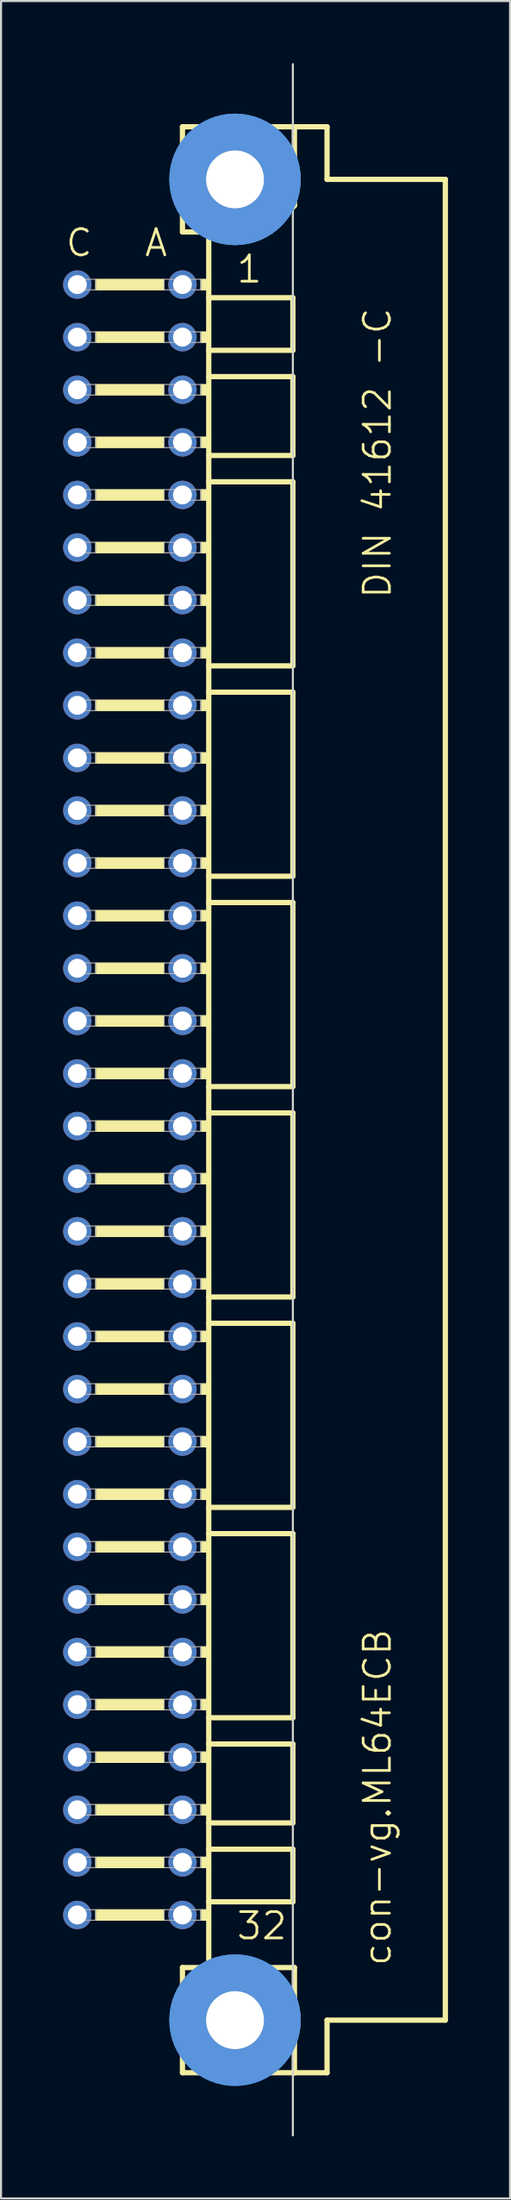
<source format=kicad_pcb>
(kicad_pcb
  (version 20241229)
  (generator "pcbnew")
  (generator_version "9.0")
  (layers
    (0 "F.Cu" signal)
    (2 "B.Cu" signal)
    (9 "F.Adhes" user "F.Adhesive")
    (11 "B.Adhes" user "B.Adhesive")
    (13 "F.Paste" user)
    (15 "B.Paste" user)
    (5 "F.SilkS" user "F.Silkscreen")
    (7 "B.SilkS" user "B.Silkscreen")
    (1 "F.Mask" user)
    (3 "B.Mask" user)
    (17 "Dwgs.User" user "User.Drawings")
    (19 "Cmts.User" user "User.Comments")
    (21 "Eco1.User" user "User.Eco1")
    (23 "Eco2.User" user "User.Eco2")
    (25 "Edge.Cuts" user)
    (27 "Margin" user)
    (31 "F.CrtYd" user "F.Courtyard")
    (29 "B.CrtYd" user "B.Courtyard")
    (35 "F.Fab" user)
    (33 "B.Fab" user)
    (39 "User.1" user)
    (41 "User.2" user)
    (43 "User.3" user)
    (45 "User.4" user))
  (footprint "con-vg.ML64ECB"
    (layer "F.Cu")
    (at 8.306 50.063)
    (property "Reference" "con-vg.ML64ECB" (at 7.62 41.91 90) (layer "F.SilkS") (effects (font (size 1.27 1.27) (thickness 0.13)) (justify left bottom)))
    (attr through_hole)
    (fp_line (start -2.54 -46.99) (end -2.54 -41.91) (stroke (width 0.254) (type default)) (layer "F.SilkS"))
    (fp_line (start -2.54 -41.91) (end -1.27 -41.91) (stroke (width 0.254) (type default)) (layer "F.SilkS"))
    (fp_line (start -2.54 41.91) (end -2.54 46.99) (stroke (width 0.254) (type default)) (layer "F.SilkS"))
    (fp_line (start -2.54 41.91) (end -1.27 41.91) (stroke (width 0.254) (type default)) (layer "F.SilkS"))
    (fp_line (start -2.54 46.99) (end 2.87 46.99) (stroke (width 0.254) (type default)) (layer "F.SilkS"))
    (fp_line (start -1.27 -41.91) (end -1.27 -38.735) (stroke (width 0.254) (type default)) (layer "F.SilkS"))
    (fp_line (start -1.27 -41.91) (end 1.6 -41.91) (stroke (width 0.254) (type default)) (layer "F.SilkS"))
    (fp_line (start -1.27 -38.735) (end -1.27 -36.195) (stroke (width 0.254) (type default)) (layer "F.SilkS"))
    (fp_line (start -1.27 -36.195) (end -1.27 -34.925) (stroke (width 0.254) (type default)) (layer "F.SilkS"))
    (fp_line (start -1.27 -34.925) (end -1.27 -31.115) (stroke (width 0.254) (type default)) (layer "F.SilkS"))
    (fp_line (start -1.27 -31.115) (end -1.27 -29.845) (stroke (width 0.254) (type default)) (layer "F.SilkS"))
    (fp_line (start -1.27 -29.845) (end -1.27 -20.955) (stroke (width 0.254) (type default)) (layer "F.SilkS"))
    (fp_line (start -1.27 -20.955) (end -1.27 -19.685) (stroke (width 0.254) (type default)) (layer "F.SilkS"))
    (fp_line (start -1.27 -19.685) (end -1.27 -10.795) (stroke (width 0.254) (type default)) (layer "F.SilkS"))
    (fp_line (start -1.27 -10.795) (end -1.27 -9.525) (stroke (width 0.254) (type default)) (layer "F.SilkS"))
    (fp_line (start -1.27 -9.525) (end -1.27 -0.635) (stroke (width 0.254) (type default)) (layer "F.SilkS"))
    (fp_line (start -1.27 -0.635) (end -1.27 0.635) (stroke (width 0.254) (type default)) (layer "F.SilkS"))
    (fp_line (start -1.27 0.635) (end -1.27 9.525) (stroke (width 0.254) (type default)) (layer "F.SilkS"))
    (fp_line (start -1.27 9.525) (end -1.27 10.795) (stroke (width 0.254) (type default)) (layer "F.SilkS"))
    (fp_line (start -1.27 10.795) (end -1.27 19.685) (stroke (width 0.254) (type default)) (layer "F.SilkS"))
    (fp_line (start -1.27 19.685) (end -1.27 20.955) (stroke (width 0.254) (type default)) (layer "F.SilkS"))
    (fp_line (start -1.27 20.955) (end -1.27 29.845) (stroke (width 0.254) (type default)) (layer "F.SilkS"))
    (fp_line (start -1.27 29.845) (end -1.27 31.115) (stroke (width 0.254) (type default)) (layer "F.SilkS"))
    (fp_line (start -1.27 31.115) (end -1.27 34.925) (stroke (width 0.254) (type default)) (layer "F.SilkS"))
    (fp_line (start -1.27 34.925) (end -1.27 36.195) (stroke (width 0.254) (type default)) (layer "F.SilkS"))
    (fp_line (start -1.27 36.195) (end -1.27 38.735) (stroke (width 0.254) (type default)) (layer "F.SilkS"))
    (fp_line (start -1.27 38.735) (end -1.27 41.91) (stroke (width 0.254) (type default)) (layer "F.SilkS"))
    (fp_line (start -1.27 41.91) (end 1.27 41.91) (stroke (width 0.254) (type default)) (layer "F.SilkS"))
    (fp_line (start 1.27 41.91) (end 2.87 41.91) (stroke (width 0.254) (type default)) (layer "F.SilkS"))
    (fp_line (start 1.6 -41.91) (end 2.87 -43.18) (stroke (width 0.254) (type default)) (layer "F.SilkS"))
    (fp_line (start 2.794 -38.735) (end -1.27 -38.735) (stroke (width 0.254) (type default)) (layer "F.SilkS"))
    (fp_line (start 2.794 -38.735) (end 2.794 -36.195) (stroke (width 0.254) (type default)) (layer "F.SilkS"))
    (fp_line (start 2.794 -36.195) (end -1.27 -36.195) (stroke (width 0.254) (type default)) (layer "F.SilkS"))
    (fp_line (start 2.794 -34.925) (end -1.27 -34.925) (stroke (width 0.254) (type default)) (layer "F.SilkS"))
    (fp_line (start 2.794 -34.925) (end 2.794 -31.115) (stroke (width 0.254) (type default)) (layer "F.SilkS"))
    (fp_line (start 2.794 -31.115) (end -1.27 -31.115) (stroke (width 0.254) (type default)) (layer "F.SilkS"))
    (fp_line (start 2.794 -29.845) (end -1.27 -29.845) (stroke (width 0.254) (type default)) (layer "F.SilkS"))
    (fp_line (start 2.794 -29.845) (end 2.794 -20.955) (stroke (width 0.254) (type default)) (layer "F.SilkS"))
    (fp_line (start 2.794 -20.955) (end -1.27 -20.955) (stroke (width 0.254) (type default)) (layer "F.SilkS"))
    (fp_line (start 2.794 -19.685) (end -1.27 -19.685) (stroke (width 0.254) (type default)) (layer "F.SilkS"))
    (fp_line (start 2.794 -19.685) (end 2.794 -10.795) (stroke (width 0.254) (type default)) (layer "F.SilkS"))
    (fp_line (start 2.794 -10.795) (end -1.27 -10.795) (stroke (width 0.254) (type default)) (layer "F.SilkS"))
    (fp_line (start 2.794 -9.525) (end -1.27 -9.525) (stroke (width 0.254) (type default)) (layer "F.SilkS"))
    (fp_line (start 2.794 -9.525) (end 2.794 -0.635) (stroke (width 0.254) (type default)) (layer "F.SilkS"))
    (fp_line (start 2.794 -0.635) (end -1.27 -0.635) (stroke (width 0.254) (type default)) (layer "F.SilkS"))
    (fp_line (start 2.794 0.635) (end -1.27 0.635) (stroke (width 0.254) (type default)) (layer "F.SilkS"))
    (fp_line (start 2.794 0.635) (end 2.794 9.525) (stroke (width 0.254) (type default)) (layer "F.SilkS"))
    (fp_line (start 2.794 9.525) (end -1.27 9.525) (stroke (width 0.254) (type default)) (layer "F.SilkS"))
    (fp_line (start 2.794 10.795) (end -1.27 10.795) (stroke (width 0.254) (type default)) (layer "F.SilkS"))
    (fp_line (start 2.794 10.795) (end 2.794 19.685) (stroke (width 0.254) (type default)) (layer "F.SilkS"))
    (fp_line (start 2.794 19.685) (end -1.27 19.685) (stroke (width 0.254) (type default)) (layer "F.SilkS"))
    (fp_line (start 2.794 20.955) (end -1.27 20.955) (stroke (width 0.254) (type default)) (layer "F.SilkS"))
    (fp_line (start 2.794 20.955) (end 2.794 29.845) (stroke (width 0.254) (type default)) (layer "F.SilkS"))
    (fp_line (start 2.794 29.845) (end -1.27 29.845) (stroke (width 0.254) (type default)) (layer "F.SilkS"))
    (fp_line (start 2.794 31.115) (end -1.27 31.115) (stroke (width 0.254) (type default)) (layer "F.SilkS"))
    (fp_line (start 2.794 31.115) (end 2.794 34.925) (stroke (width 0.254) (type default)) (layer "F.SilkS"))
    (fp_line (start 2.794 34.925) (end -1.27 34.925) (stroke (width 0.254) (type default)) (layer "F.SilkS"))
    (fp_line (start 2.794 36.195) (end -1.27 36.195) (stroke (width 0.254) (type default)) (layer "F.SilkS"))
    (fp_line (start 2.794 36.195) (end 2.794 38.735) (stroke (width 0.254) (type default)) (layer "F.SilkS"))
    (fp_line (start 2.794 38.735) (end -1.27 38.735) (stroke (width 0.254) (type default)) (layer "F.SilkS"))
    (fp_line (start 2.87 -46.99) (end -2.54 -46.99) (stroke (width 0.254) (type default)) (layer "F.SilkS"))
    (fp_line (start 2.87 -43.18) (end 2.87 -46.99) (stroke (width 0.254) (type default)) (layer "F.SilkS"))
    (fp_line (start 2.87 41.91) (end 2.87 43.51) (stroke (width 0.254) (type default)) (layer "F.SilkS"))
    (fp_line (start 2.87 43.51) (end 1.27 41.91) (stroke (width 0.254) (type default)) (layer "F.SilkS"))
    (fp_line (start 2.87 43.51) (end 2.87 46.99) (stroke (width 0.254) (type default)) (layer "F.SilkS"))
    (fp_line (start 2.87 46.99) (end 4.445 46.99) (stroke (width 0.254) (type default)) (layer "F.SilkS"))
    (fp_line (start 4.445 -46.99) (end 2.87 -46.99) (stroke (width 0.254) (type default)) (layer "F.SilkS"))
    (fp_line (start 4.445 -44.45) (end 4.445 -46.99) (stroke (width 0.254) (type default)) (layer "F.SilkS"))
    (fp_line (start 4.445 44.45) (end 10.16 44.45) (stroke (width 0.254) (type default)) (layer "F.SilkS"))
    (fp_line (start 4.445 46.99) (end 4.445 44.45) (stroke (width 0.254) (type default)) (layer "F.SilkS"))
    (fp_line (start 10.16 -44.45) (end 4.445 -44.45) (stroke (width 0.254) (type default)) (layer "F.SilkS"))
    (fp_line (start 10.16 44.45) (end 10.16 -44.45) (stroke (width 0.254) (type default)) (layer "F.SilkS"))
    (fp_rect (start -6.731 -39.116) (end -3.429 -39.624) (stroke (width 0.05) (type default)) (fill yes) (layer "F.SilkS"))
    (fp_rect (start -6.731 -36.576) (end -3.429 -37.084) (stroke (width 0.05) (type default)) (fill yes) (layer "F.SilkS"))
    (fp_rect (start -6.731 -34.036) (end -3.429 -34.544) (stroke (width 0.05) (type default)) (fill yes) (layer "F.SilkS"))
    (fp_rect (start -6.731 -31.496) (end -3.429 -32.004) (stroke (width 0.05) (type default)) (fill yes) (layer "F.SilkS"))
    (fp_rect (start -6.731 -28.956) (end -3.429 -29.464) (stroke (width 0.05) (type default)) (fill yes) (layer "F.SilkS"))
    (fp_rect (start -6.731 -26.416) (end -3.429 -26.924) (stroke (width 0.05) (type default)) (fill yes) (layer "F.SilkS"))
    (fp_rect (start -6.731 -23.876) (end -3.429 -24.384) (stroke (width 0.05) (type default)) (fill yes) (layer "F.SilkS"))
    (fp_rect (start -6.731 -21.336) (end -3.429 -21.844) (stroke (width 0.05) (type default)) (fill yes) (layer "F.SilkS"))
    (fp_rect (start -6.731 -18.796) (end -3.429 -19.304) (stroke (width 0.05) (type default)) (fill yes) (layer "F.SilkS"))
    (fp_rect (start -6.731 -16.256) (end -3.429 -16.764) (stroke (width 0.05) (type default)) (fill yes) (layer "F.SilkS"))
    (fp_rect (start -6.731 -13.716) (end -3.429 -14.224) (stroke (width 0.05) (type default)) (fill yes) (layer "F.SilkS"))
    (fp_rect (start -6.731 -11.176) (end -3.429 -11.684) (stroke (width 0.05) (type default)) (fill yes) (layer "F.SilkS"))
    (fp_rect (start -6.731 -8.636) (end -3.429 -9.144) (stroke (width 0.05) (type default)) (fill yes) (layer "F.SilkS"))
    (fp_rect (start -6.731 -6.096) (end -3.429 -6.604) (stroke (width 0.05) (type default)) (fill yes) (layer "F.SilkS"))
    (fp_rect (start -6.731 -3.556) (end -3.429 -4.064) (stroke (width 0.05) (type default)) (fill yes) (layer "F.SilkS"))
    (fp_rect (start -6.731 -1.016) (end -3.429 -1.524) (stroke (width 0.05) (type default)) (fill yes) (layer "F.SilkS"))
    (fp_rect (start -6.731 1.524) (end -3.429 1.016) (stroke (width 0.05) (type default)) (fill yes) (layer "F.SilkS"))
    (fp_rect (start -6.731 4.064) (end -3.429 3.556) (stroke (width 0.05) (type default)) (fill yes) (layer "F.SilkS"))
    (fp_rect (start -6.731 6.604) (end -3.429 6.096) (stroke (width 0.05) (type default)) (fill yes) (layer "F.SilkS"))
    (fp_rect (start -6.731 9.144) (end -3.429 8.636) (stroke (width 0.05) (type default)) (fill yes) (layer "F.SilkS"))
    (fp_rect (start -6.731 11.684) (end -3.429 11.176) (stroke (width 0.05) (type default)) (fill yes) (layer "F.SilkS"))
    (fp_rect (start -6.731 14.224) (end -3.429 13.716) (stroke (width 0.05) (type default)) (fill yes) (layer "F.SilkS"))
    (fp_rect (start -6.731 16.764) (end -3.429 16.256) (stroke (width 0.05) (type default)) (fill yes) (layer "F.SilkS"))
    (fp_rect (start -6.731 19.304) (end -3.429 18.796) (stroke (width 0.05) (type default)) (fill yes) (layer "F.SilkS"))
    (fp_rect (start -6.731 21.844) (end -3.429 21.336) (stroke (width 0.05) (type default)) (fill yes) (layer "F.SilkS"))
    (fp_rect (start -6.731 24.384) (end -3.429 23.876) (stroke (width 0.05) (type default)) (fill yes) (layer "F.SilkS"))
    (fp_rect (start -6.731 26.924) (end -3.429 26.416) (stroke (width 0.05) (type default)) (fill yes) (layer "F.SilkS"))
    (fp_rect (start -6.731 29.464) (end -3.429 28.956) (stroke (width 0.05) (type default)) (fill yes) (layer "F.SilkS"))
    (fp_rect (start -6.731 32.004) (end -3.429 31.496) (stroke (width 0.05) (type default)) (fill yes) (layer "F.SilkS"))
    (fp_rect (start -6.731 34.544) (end -3.429 34.036) (stroke (width 0.05) (type default)) (fill yes) (layer "F.SilkS"))
    (fp_rect (start -6.731 37.084) (end -3.429 36.576) (stroke (width 0.05) (type default)) (fill yes) (layer "F.SilkS"))
    (fp_rect (start -6.731 39.624) (end -3.429 39.116) (stroke (width 0.05) (type default)) (fill yes) (layer "F.SilkS"))
    (fp_rect (start -1.651 -39.116) (end -1.27 -39.624) (stroke (width 0.05) (type default)) (fill yes) (layer "F.SilkS"))
    (fp_rect (start -1.651 -36.576) (end -1.27 -37.084) (stroke (width 0.05) (type default)) (fill yes) (layer "F.SilkS"))
    (fp_rect (start -1.651 -34.036) (end -1.27 -34.544) (stroke (width 0.05) (type default)) (fill yes) (layer "F.SilkS"))
    (fp_rect (start -1.651 -31.496) (end -1.27 -32.004) (stroke (width 0.05) (type default)) (fill yes) (layer "F.SilkS"))
    (fp_rect (start -1.651 -28.956) (end -1.27 -29.464) (stroke (width 0.05) (type default)) (fill yes) (layer "F.SilkS"))
    (fp_rect (start -1.651 -26.416) (end -1.27 -26.924) (stroke (width 0.05) (type default)) (fill yes) (layer "F.SilkS"))
    (fp_rect (start -1.651 -23.876) (end -1.27 -24.384) (stroke (width 0.05) (type default)) (fill yes) (layer "F.SilkS"))
    (fp_rect (start -1.651 -21.336) (end -1.27 -21.844) (stroke (width 0.05) (type default)) (fill yes) (layer "F.SilkS"))
    (fp_rect (start -1.651 -18.796) (end -1.27 -19.304) (stroke (width 0.05) (type default)) (fill yes) (layer "F.SilkS"))
    (fp_rect (start -1.651 -16.256) (end -1.27 -16.764) (stroke (width 0.05) (type default)) (fill yes) (layer "F.SilkS"))
    (fp_rect (start -1.651 -13.716) (end -1.27 -14.224) (stroke (width 0.05) (type default)) (fill yes) (layer "F.SilkS"))
    (fp_rect (start -1.651 -11.176) (end -1.27 -11.684) (stroke (width 0.05) (type default)) (fill yes) (layer "F.SilkS"))
    (fp_rect (start -1.651 -8.636) (end -1.27 -9.144) (stroke (width 0.05) (type default)) (fill yes) (layer "F.SilkS"))
    (fp_rect (start -1.651 -6.096) (end -1.27 -6.604) (stroke (width 0.05) (type default)) (fill yes) (layer "F.SilkS"))
    (fp_rect (start -1.651 -3.556) (end -1.27 -4.064) (stroke (width 0.05) (type default)) (fill yes) (layer "F.SilkS"))
    (fp_rect (start -1.651 -1.016) (end -1.27 -1.524) (stroke (width 0.05) (type default)) (fill yes) (layer "F.SilkS"))
    (fp_rect (start -1.651 1.524) (end -1.27 1.016) (stroke (width 0.05) (type default)) (fill yes) (layer "F.SilkS"))
    (fp_rect (start -1.651 4.064) (end -1.27 3.556) (stroke (width 0.05) (type default)) (fill yes) (layer "F.SilkS"))
    (fp_rect (start -1.651 6.604) (end -1.27 6.096) (stroke (width 0.05) (type default)) (fill yes) (layer "F.SilkS"))
    (fp_rect (start -1.651 9.144) (end -1.27 8.636) (stroke (width 0.05) (type default)) (fill yes) (layer "F.SilkS"))
    (fp_rect (start -1.651 11.684) (end -1.27 11.176) (stroke (width 0.05) (type default)) (fill yes) (layer "F.SilkS"))
    (fp_rect (start -1.651 14.224) (end -1.27 13.716) (stroke (width 0.05) (type default)) (fill yes) (layer "F.SilkS"))
    (fp_rect (start -1.651 16.764) (end -1.27 16.256) (stroke (width 0.05) (type default)) (fill yes) (layer "F.SilkS"))
    (fp_rect (start -1.651 19.304) (end -1.27 18.796) (stroke (width 0.05) (type default)) (fill yes) (layer "F.SilkS"))
    (fp_rect (start -1.651 21.844) (end -1.27 21.336) (stroke (width 0.05) (type default)) (fill yes) (layer "F.SilkS"))
    (fp_rect (start -1.651 24.384) (end -1.27 23.876) (stroke (width 0.05) (type default)) (fill yes) (layer "F.SilkS"))
    (fp_rect (start -1.651 26.924) (end -1.27 26.416) (stroke (width 0.05) (type default)) (fill yes) (layer "F.SilkS"))
    (fp_rect (start -1.651 29.464) (end -1.27 28.956) (stroke (width 0.05) (type default)) (fill yes) (layer "F.SilkS"))
    (fp_rect (start -1.651 32.004) (end -1.27 31.496) (stroke (width 0.05) (type default)) (fill yes) (layer "F.SilkS"))
    (fp_rect (start -1.651 34.544) (end -1.27 34.036) (stroke (width 0.05) (type default)) (fill yes) (layer "F.SilkS"))
    (fp_rect (start -1.651 37.084) (end -1.27 36.576) (stroke (width 0.05) (type default)) (fill yes) (layer "F.SilkS"))
    (fp_rect (start -1.651 39.624) (end -1.27 39.116) (stroke (width 0.05) (type default)) (fill yes) (layer "F.SilkS"))
    (fp_circle (center 0 -44.45) (end 1.27 -44.45) (stroke (width 0.254) (type default)) (fill no) (layer "F.SilkS"))
    (fp_circle (center 0 44.45) (end 1.27 44.45) (stroke (width 0.254) (type default)) (fill no) (layer "F.SilkS"))
    (fp_circle (center 0 -44.45) (end 2.286 -44.45) (stroke (width 1.778) (type default)) (fill no) (layer "Cmts.User"))
    (fp_circle (center 0 -44.45) (end 2.286 -44.45) (stroke (width 1.778) (type default)) (fill no) (layer "Cmts.User"))
    (fp_circle (center 0 44.45) (end 2.286 44.45) (stroke (width 1.778) (type default)) (fill no) (layer "Cmts.User"))
    (fp_circle (center 0 44.45) (end 2.286 44.45) (stroke (width 1.778) (type default)) (fill no) (layer "Cmts.User"))
    (fp_line (start 2.794 50.013) (end 2.794 -50.013) (stroke (width 0.1) (type default)) (layer "Edge.Cuts"))
    (fp_rect (start -7.874 -39.116) (end -6.731 -39.624) (stroke (width 0.05) (type default)) (fill no) (layer "F.Fab"))
    (fp_rect (start -7.874 -36.576) (end -6.731 -37.084) (stroke (width 0.05) (type default)) (fill no) (layer "F.Fab"))
    (fp_rect (start -7.874 -34.036) (end -6.731 -34.544) (stroke (width 0.05) (type default)) (fill no) (layer "F.Fab"))
    (fp_rect (start -7.874 -31.496) (end -6.731 -32.004) (stroke (width 0.05) (type default)) (fill no) (layer "F.Fab"))
    (fp_rect (start -7.874 -28.956) (end -6.731 -29.464) (stroke (width 0.05) (type default)) (fill no) (layer "F.Fab"))
    (fp_rect (start -7.874 -26.416) (end -6.731 -26.924) (stroke (width 0.05) (type default)) (fill no) (layer "F.Fab"))
    (fp_rect (start -7.874 -23.876) (end -6.731 -24.384) (stroke (width 0.05) (type default)) (fill no) (layer "F.Fab"))
    (fp_rect (start -7.874 -21.336) (end -6.731 -21.844) (stroke (width 0.05) (type default)) (fill no) (layer "F.Fab"))
    (fp_rect (start -7.874 -18.796) (end -6.731 -19.304) (stroke (width 0.05) (type default)) (fill no) (layer "F.Fab"))
    (fp_rect (start -7.874 -16.256) (end -6.731 -16.764) (stroke (width 0.05) (type default)) (fill no) (layer "F.Fab"))
    (fp_rect (start -7.874 -13.716) (end -6.731 -14.224) (stroke (width 0.05) (type default)) (fill no) (layer "F.Fab"))
    (fp_rect (start -7.874 -11.176) (end -6.731 -11.684) (stroke (width 0.05) (type default)) (fill no) (layer "F.Fab"))
    (fp_rect (start -7.874 -8.636) (end -6.731 -9.144) (stroke (width 0.05) (type default)) (fill no) (layer "F.Fab"))
    (fp_rect (start -7.874 -6.096) (end -6.731 -6.604) (stroke (width 0.05) (type default)) (fill no) (layer "F.Fab"))
    (fp_rect (start -7.874 -3.556) (end -6.731 -4.064) (stroke (width 0.05) (type default)) (fill no) (layer "F.Fab"))
    (fp_rect (start -7.874 -1.016) (end -6.731 -1.524) (stroke (width 0.05) (type default)) (fill no) (layer "F.Fab"))
    (fp_rect (start -7.874 1.524) (end -6.731 1.016) (stroke (width 0.05) (type default)) (fill no) (layer "F.Fab"))
    (fp_rect (start -7.874 4.064) (end -6.731 3.556) (stroke (width 0.05) (type default)) (fill no) (layer "F.Fab"))
    (fp_rect (start -7.874 6.604) (end -6.731 6.096) (stroke (width 0.05) (type default)) (fill no) (layer "F.Fab"))
    (fp_rect (start -7.874 9.144) (end -6.731 8.636) (stroke (width 0.05) (type default)) (fill no) (layer "F.Fab"))
    (fp_rect (start -7.874 11.684) (end -6.731 11.176) (stroke (width 0.05) (type default)) (fill no) (layer "F.Fab"))
    (fp_rect (start -7.874 14.224) (end -6.731 13.716) (stroke (width 0.05) (type default)) (fill no) (layer "F.Fab"))
    (fp_rect (start -7.874 16.764) (end -6.731 16.256) (stroke (width 0.05) (type default)) (fill no) (layer "F.Fab"))
    (fp_rect (start -7.874 19.304) (end -6.731 18.796) (stroke (width 0.05) (type default)) (fill no) (layer "F.Fab"))
    (fp_rect (start -7.874 21.844) (end -6.731 21.336) (stroke (width 0.05) (type default)) (fill no) (layer "F.Fab"))
    (fp_rect (start -7.874 24.384) (end -6.731 23.876) (stroke (width 0.05) (type default)) (fill no) (layer "F.Fab"))
    (fp_rect (start -7.874 26.924) (end -6.731 26.416) (stroke (width 0.05) (type default)) (fill no) (layer "F.Fab"))
    (fp_rect (start -7.874 29.464) (end -6.731 28.956) (stroke (width 0.05) (type default)) (fill no) (layer "F.Fab"))
    (fp_rect (start -7.874 32.004) (end -6.731 31.496) (stroke (width 0.05) (type default)) (fill no) (layer "F.Fab"))
    (fp_rect (start -7.874 34.544) (end -6.731 34.036) (stroke (width 0.05) (type default)) (fill no) (layer "F.Fab"))
    (fp_rect (start -7.874 37.084) (end -6.731 36.576) (stroke (width 0.05) (type default)) (fill no) (layer "F.Fab"))
    (fp_rect (start -7.874 39.624) (end -6.731 39.116) (stroke (width 0.05) (type default)) (fill no) (layer "F.Fab"))
    (fp_rect (start -3.429 -39.116) (end -1.651 -39.624) (stroke (width 0.05) (type default)) (fill no) (layer "F.Fab"))
    (fp_rect (start -3.429 -36.576) (end -1.651 -37.084) (stroke (width 0.05) (type default)) (fill no) (layer "F.Fab"))
    (fp_rect (start -3.429 -34.036) (end -1.651 -34.544) (stroke (width 0.05) (type default)) (fill no) (layer "F.Fab"))
    (fp_rect (start -3.429 -31.496) (end -1.651 -32.004) (stroke (width 0.05) (type default)) (fill no) (layer "F.Fab"))
    (fp_rect (start -3.429 -28.956) (end -1.651 -29.464) (stroke (width 0.05) (type default)) (fill no) (layer "F.Fab"))
    (fp_rect (start -3.429 -26.416) (end -1.651 -26.924) (stroke (width 0.05) (type default)) (fill no) (layer "F.Fab"))
    (fp_rect (start -3.429 -23.876) (end -1.651 -24.384) (stroke (width 0.05) (type default)) (fill no) (layer "F.Fab"))
    (fp_rect (start -3.429 -21.336) (end -1.651 -21.844) (stroke (width 0.05) (type default)) (fill no) (layer "F.Fab"))
    (fp_rect (start -3.429 -18.796) (end -1.651 -19.304) (stroke (width 0.05) (type default)) (fill no) (layer "F.Fab"))
    (fp_rect (start -3.429 -16.256) (end -1.651 -16.764) (stroke (width 0.05) (type default)) (fill no) (layer "F.Fab"))
    (fp_rect (start -3.429 -13.716) (end -1.651 -14.224) (stroke (width 0.05) (type default)) (fill no) (layer "F.Fab"))
    (fp_rect (start -3.429 -11.176) (end -1.651 -11.684) (stroke (width 0.05) (type default)) (fill no) (layer "F.Fab"))
    (fp_rect (start -3.429 -8.636) (end -1.651 -9.144) (stroke (width 0.05) (type default)) (fill no) (layer "F.Fab"))
    (fp_rect (start -3.429 -6.096) (end -1.651 -6.604) (stroke (width 0.05) (type default)) (fill no) (layer "F.Fab"))
    (fp_rect (start -3.429 -3.556) (end -1.651 -4.064) (stroke (width 0.05) (type default)) (fill no) (layer "F.Fab"))
    (fp_rect (start -3.429 -1.016) (end -1.651 -1.524) (stroke (width 0.05) (type default)) (fill no) (layer "F.Fab"))
    (fp_rect (start -3.429 1.524) (end -1.651 1.016) (stroke (width 0.05) (type default)) (fill no) (layer "F.Fab"))
    (fp_rect (start -3.429 4.064) (end -1.651 3.556) (stroke (width 0.05) (type default)) (fill no) (layer "F.Fab"))
    (fp_rect (start -3.429 6.604) (end -1.651 6.096) (stroke (width 0.05) (type default)) (fill no) (layer "F.Fab"))
    (fp_rect (start -3.429 9.144) (end -1.651 8.636) (stroke (width 0.05) (type default)) (fill no) (layer "F.Fab"))
    (fp_rect (start -3.429 11.684) (end -1.651 11.176) (stroke (width 0.05) (type default)) (fill no) (layer "F.Fab"))
    (fp_rect (start -3.429 14.224) (end -1.651 13.716) (stroke (width 0.05) (type default)) (fill no) (layer "F.Fab"))
    (fp_rect (start -3.429 16.764) (end -1.651 16.256) (stroke (width 0.05) (type default)) (fill no) (layer "F.Fab"))
    (fp_rect (start -3.429 19.304) (end -1.651 18.796) (stroke (width 0.05) (type default)) (fill no) (layer "F.Fab"))
    (fp_rect (start -3.429 21.844) (end -1.651 21.336) (stroke (width 0.05) (type default)) (fill no) (layer "F.Fab"))
    (fp_rect (start -3.429 24.384) (end -1.651 23.876) (stroke (width 0.05) (type default)) (fill no) (layer "F.Fab"))
    (fp_rect (start -3.429 26.924) (end -1.651 26.416) (stroke (width 0.05) (type default)) (fill no) (layer "F.Fab"))
    (fp_rect (start -3.429 29.464) (end -1.651 28.956) (stroke (width 0.05) (type default)) (fill no) (layer "F.Fab"))
    (fp_rect (start -3.429 32.004) (end -1.651 31.496) (stroke (width 0.05) (type default)) (fill no) (layer "F.Fab"))
    (fp_rect (start -3.429 34.544) (end -1.651 34.036) (stroke (width 0.05) (type default)) (fill no) (layer "F.Fab"))
    (fp_rect (start -3.429 37.084) (end -1.651 36.576) (stroke (width 0.05) (type default)) (fill no) (layer "F.Fab"))
    (fp_rect (start -3.429 39.624) (end -1.651 39.116) (stroke (width 0.05) (type default)) (fill no) (layer "F.Fab"))
    (fp_text user "A" (at -4.445 -40.64 0) (layer "F.SilkS") (effects (font (size 1.27 1.27) (thickness 0.13)) (justify left bottom)))
    (fp_text user "C" (at -8.255 -40.64 0) (layer "F.SilkS") (effects (font (size 1.27 1.27) (thickness 0.13)) (justify left bottom)))
    (fp_text user "DIN 41612 -C" (at 7.62 -24.13 90) (layer "F.SilkS") (effects (font (size 1.27 1.27) (thickness 0.13)) (justify left bottom)))
    (fp_text user "1" (at 0 -39.37 0) (layer "F.SilkS") (effects (font (size 1.27 1.27) (thickness 0.13)) (justify left bottom)))
    (fp_text user "32" (at 0 40.64 0) (layer "F.SilkS") (effects (font (size 1.27 1.27) (thickness 0.13)) (justify left bottom)))
    (pad "" np_thru_hole circle (at 0 -44.45) (size 2.794 2.794) (drill 2.794) (layers "*.Cu" "*.Mask"))
    (pad "" np_thru_hole circle (at 0 44.45) (size 2.794 2.794) (drill 2.794) (layers "*.Cu" "*.Mask"))
    (pad "+5V" thru_hole circle (at -2.54 -39.37) (size 1.372 1.372) (drill 0.914) (layers "*.Cu" "*.Mask"))
    (pad "+5V@1" thru_hole circle (at -7.62 -39.37) (size 1.372 1.372) (drill 0.914) (layers "*.Cu" "*.Mask"))
    (pad "10C" thru_hole circle (at -7.62 -16.51) (size 1.372 1.372) (drill 0.914) (layers "*.Cu" "*.Mask"))
    (pad "11C" thru_hole circle (at -7.62 -13.97) (size 1.372 1.372) (drill 0.914) (layers "*.Cu" "*.Mask"))
    (pad "12A" thru_hole circle (at -2.54 -11.43) (size 1.372 1.372) (drill 0.914) (layers "*.Cu" "*.Mask"))
    (pad "12C" thru_hole circle (at -7.62 -11.43) (size 1.372 1.372) (drill 0.914) (layers "*.Cu" "*.Mask"))
    (pad "13A" thru_hole circle (at -2.54 -8.89) (size 1.372 1.372) (drill 0.914) (layers "*.Cu" "*.Mask"))
    (pad "13C" thru_hole circle (at -7.62 -8.89) (size 1.372 1.372) (drill 0.914) (layers "*.Cu" "*.Mask"))
    (pad "14A" thru_hole circle (at -2.54 -6.35) (size 1.372 1.372) (drill 0.914) (layers "*.Cu" "*.Mask"))
    (pad "15A" thru_hole circle (at -2.54 -3.81) (size 1.372 1.372) (drill 0.914) (layers "*.Cu" "*.Mask"))
    (pad "15C" thru_hole circle (at -7.62 -3.81) (size 1.372 1.372) (drill 0.914) (layers "*.Cu" "*.Mask"))
    (pad "16A" thru_hole circle (at -2.54 -1.27) (size 1.372 1.372) (drill 0.914) (layers "*.Cu" "*.Mask"))
    (pad "16C" thru_hole circle (at -7.62 -1.27) (size 1.372 1.372) (drill 0.914) (layers "*.Cu" "*.Mask"))
    (pad "17A" thru_hole circle (at -2.54 1.27) (size 1.372 1.372) (drill 0.914) (layers "*.Cu" "*.Mask"))
    (pad "19A" thru_hole circle (at -2.54 6.35) (size 1.372 1.372) (drill 0.914) (layers "*.Cu" "*.Mask"))
    (pad "19C" thru_hole circle (at -7.62 6.35) (size 1.372 1.372) (drill 0.914) (layers "*.Cu" "*.Mask"))
    (pad "21A" thru_hole circle (at -2.54 11.43) (size 1.372 1.372) (drill 0.914) (layers "*.Cu" "*.Mask"))
    (pad "22A" thru_hole circle (at -2.54 13.97) (size 1.372 1.372) (drill 0.914) (layers "*.Cu" "*.Mask"))
    (pad "23A" thru_hole circle (at -2.54 16.51) (size 1.372 1.372) (drill 0.914) (layers "*.Cu" "*.Mask"))
    (pad "23C" thru_hole circle (at -7.62 16.51) (size 1.372 1.372) (drill 0.914) (layers "*.Cu" "*.Mask"))
    (pad "24A" thru_hole circle (at -2.54 19.05) (size 1.372 1.372) (drill 0.914) (layers "*.Cu" "*.Mask"))
    (pad "25A" thru_hole circle (at -2.54 21.59) (size 1.372 1.372) (drill 0.914) (layers "*.Cu" "*.Mask"))
    (pad "26A" thru_hole circle (at -2.54 24.13) (size 1.372 1.372) (drill 0.914) (layers "*.Cu" "*.Mask"))
    (pad "26C" thru_hole circle (at -7.62 24.13) (size 1.372 1.372) (drill 0.914) (layers "*.Cu" "*.Mask"))
    (pad "A0" thru_hole circle (at -7.62 -29.21) (size 1.372 1.372) (drill 0.914) (layers "*.Cu" "*.Mask"))
    (pad "A1" thru_hole circle (at -7.62 -24.13) (size 1.372 1.372) (drill 0.914) (layers "*.Cu" "*.Mask"))
    (pad "A2" thru_hole circle (at -2.54 -26.67) (size 1.372 1.372) (drill 0.914) (layers "*.Cu" "*.Mask"))
    (pad "A3" thru_hole circle (at -7.62 -26.67) (size 1.372 1.372) (drill 0.914) (layers "*.Cu" "*.Mask"))
    (pad "A4" thru_hole circle (at -2.54 -24.13) (size 1.372 1.372) (drill 0.914) (layers "*.Cu" "*.Mask"))
    (pad "A5" thru_hole circle (at -2.54 -21.59) (size 1.372 1.372) (drill 0.914) (layers "*.Cu" "*.Mask"))
    (pad "A6" thru_hole circle (at -2.54 -19.05) (size 1.372 1.372) (drill 0.914) (layers "*.Cu" "*.Mask"))
    (pad "A7" thru_hole circle (at -7.62 -19.05) (size 1.372 1.372) (drill 0.914) (layers "*.Cu" "*.Mask"))
    (pad "A8" thru_hole circle (at -7.62 -21.59) (size 1.372 1.372) (drill 0.914) (layers "*.Cu" "*.Mask"))
    (pad "A9" thru_hole circle (at -2.54 34.29) (size 1.372 1.372) (drill 0.914) (layers "*.Cu" "*.Mask"))
    (pad "A10" thru_hole circle (at -7.62 3.81) (size 1.372 1.372) (drill 0.914) (layers "*.Cu" "*.Mask"))
    (pad "A11" thru_hole circle (at -7.62 1.27) (size 1.372 1.372) (drill 0.914) (layers "*.Cu" "*.Mask"))
    (pad "A12" thru_hole circle (at -7.62 26.67) (size 1.372 1.372) (drill 0.914) (layers "*.Cu" "*.Mask"))
    (pad "A13" thru_hole circle (at -2.54 31.75) (size 1.372 1.372) (drill 0.914) (layers "*.Cu" "*.Mask"))
    (pad "A14" thru_hole circle (at -2.54 3.81) (size 1.372 1.372) (drill 0.914) (layers "*.Cu" "*.Mask"))
    (pad "A15" thru_hole circle (at -7.62 29.21) (size 1.372 1.372) (drill 0.914) (layers "*.Cu" "*.Mask"))
    (pad "BUSAK" thru_hole circle (at -2.54 36.83) (size 1.372 1.372) (drill 0.914) (layers "*.Cu" "*.Mask"))
    (pad "BUSRQ" thru_hole circle (at -2.54 -13.97) (size 1.372 1.372) (drill 0.914) (layers "*.Cu" "*.Mask"))
    (pad "CLK" thru_hole circle (at -7.62 31.75) (size 1.372 1.372) (drill 0.914) (layers "*.Cu" "*.Mask"))
    (pad "D0" thru_hole circle (at -7.62 -36.83) (size 1.372 1.372) (drill 0.914) (layers "*.Cu" "*.Mask"))
    (pad "D1" thru_hole circle (at -7.62 -6.35) (size 1.372 1.372) (drill 0.914) (layers "*.Cu" "*.Mask"))
    (pad "D2" thru_hole circle (at -7.62 -31.75) (size 1.372 1.372) (drill 0.914) (layers "*.Cu" "*.Mask"))
    (pad "D3" thru_hole circle (at -2.54 -31.75) (size 1.372 1.372) (drill 0.914) (layers "*.Cu" "*.Mask"))
    (pad "D4" thru_hole circle (at -2.54 -29.21) (size 1.372 1.372) (drill 0.914) (layers "*.Cu" "*.Mask"))
    (pad "D5" thru_hole circle (at -2.54 -36.83) (size 1.372 1.372) (drill 0.914) (layers "*.Cu" "*.Mask"))
    (pad "D6" thru_hole circle (at -2.54 -34.29) (size 1.372 1.372) (drill 0.914) (layers "*.Cu" "*.Mask"))
    (pad "D7" thru_hole circle (at -7.62 -34.29) (size 1.372 1.372) (drill 0.914) (layers "*.Cu" "*.Mask"))
    (pad "GND" thru_hole circle (at -2.54 39.37) (size 1.372 1.372) (drill 0.914) (layers "*.Cu" "*.Mask"))
    (pad "GND@1" thru_hole circle (at -7.62 39.37) (size 1.372 1.372) (drill 0.914) (layers "*.Cu" "*.Mask"))
    (pad "HALT" thru_hole circle (at -7.62 21.59) (size 1.372 1.372) (drill 0.914) (layers "*.Cu" "*.Mask"))
    (pad "INT" thru_hole circle (at -7.62 11.43) (size 1.372 1.372) (drill 0.914) (layers "*.Cu" "*.Mask"))
    (pad "IORQ" thru_hole circle (at -2.54 26.67) (size 1.372 1.372) (drill 0.914) (layers "*.Cu" "*.Mask"))
    (pad "M1" thru_hole circle (at -2.54 8.89) (size 1.372 1.372) (drill 0.914) (layers "*.Cu" "*.Mask"))
    (pad "MREQ" thru_hole circle (at -7.62 34.29) (size 1.372 1.372) (drill 0.914) (layers "*.Cu" "*.Mask"))
    (pad "NMI" thru_hole circle (at -7.62 8.89) (size 1.372 1.372) (drill 0.914) (layers "*.Cu" "*.Mask"))
    (pad "RD" thru_hole circle (at -7.62 19.05) (size 1.372 1.372) (drill 0.914) (layers "*.Cu" "*.Mask"))
    (pad "RESET" thru_hole circle (at -7.62 36.83) (size 1.372 1.372) (drill 0.914) (layers "*.Cu" "*.Mask"))
    (pad "RFSH" thru_hole circle (at -2.54 29.21) (size 1.372 1.372) (drill 0.914) (layers "*.Cu" "*.Mask"))
    (pad "WAIT" thru_hole circle (at -2.54 -16.51) (size 1.372 1.372) (drill 0.914) (layers "*.Cu" "*.Mask"))
    (pad "WR" thru_hole circle (at -7.62 13.97) (size 1.372 1.372) (drill 0.914) (layers "*.Cu" "*.Mask")))
  (gr_rect
    (start -3 -3)
    (end 21.593 103.125)
    (stroke (width 0.1) (type default))
    (fill no)
    (layer "Edge.Cuts")))
</source>
